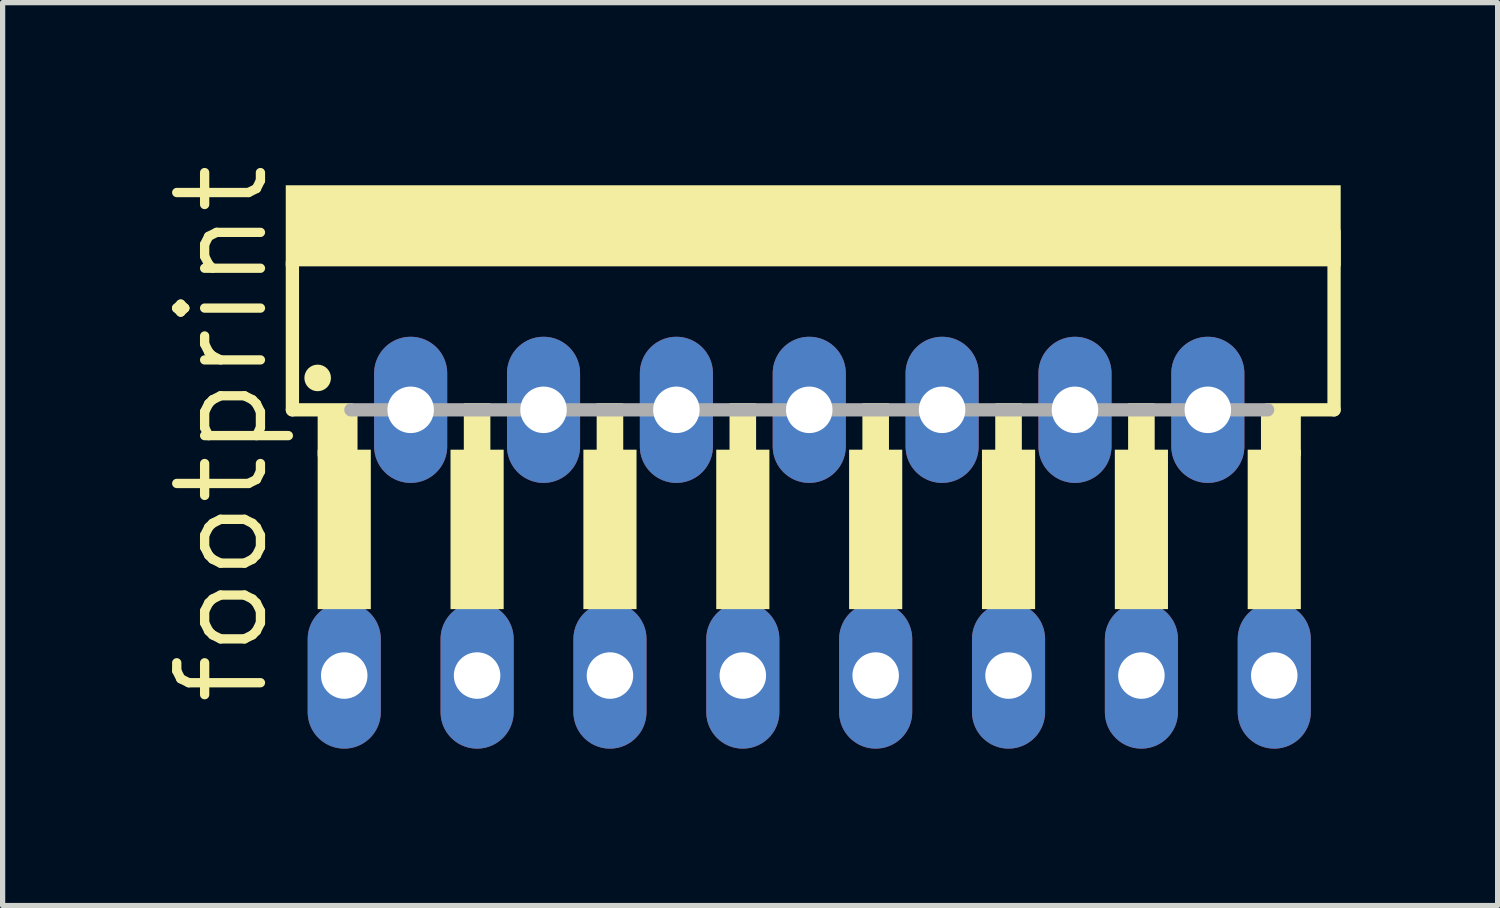
<source format=kicad_pcb>
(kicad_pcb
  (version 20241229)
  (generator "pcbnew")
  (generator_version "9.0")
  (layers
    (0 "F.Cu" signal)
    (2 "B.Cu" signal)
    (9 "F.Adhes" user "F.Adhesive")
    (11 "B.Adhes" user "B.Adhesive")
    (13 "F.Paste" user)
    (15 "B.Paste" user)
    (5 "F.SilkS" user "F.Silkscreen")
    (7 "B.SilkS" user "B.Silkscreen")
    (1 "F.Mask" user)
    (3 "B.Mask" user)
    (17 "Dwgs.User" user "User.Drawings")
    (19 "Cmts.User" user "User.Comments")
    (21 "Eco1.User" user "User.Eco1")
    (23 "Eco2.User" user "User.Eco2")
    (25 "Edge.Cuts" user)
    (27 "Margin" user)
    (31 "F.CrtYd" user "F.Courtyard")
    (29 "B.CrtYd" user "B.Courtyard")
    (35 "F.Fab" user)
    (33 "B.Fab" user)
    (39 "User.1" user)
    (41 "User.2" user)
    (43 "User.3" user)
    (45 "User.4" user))
  (footprint "footprint"
    (layer "F.Cu")
    (at 12.421 3.515)
    (property "Reference" "footprint" (at -10.287 6.985 90) (layer "F.SilkS") (effects (font (size 1.6 1.6) (thickness 0.178)) (justify left bottom)))
    (fp_line (start -9.881 -1.549) (end -9.881 1.27) (stroke (width 0.254) (type solid)) (layer "F.SilkS"))
    (fp_line (start -8.763 1.27) (end -9.881 1.27) (stroke (width 0.254) (type solid)) (layer "F.SilkS"))
    (fp_line (start 8.763 1.27) (end 10.033 1.27) (stroke (width 0.254) (type solid)) (layer "F.SilkS"))
    (fp_line (start 10.033 1.27) (end 10.033 -2.134) (stroke (width 0.254) (type solid)) (layer "F.SilkS"))
    (fp_circle (center -9.398 0.66) (end -9.271 0.66) (stroke (width 0.254) (type solid)) (fill yes) (layer "F.SilkS"))
    (fp_poly (pts (xy -10.008 -1.473) (xy 10.16 -1.473) (xy 10.16 -3.023) (xy -10.008 -3.023)) (stroke (width 0) (type solid)) (fill yes) (layer "F.SilkS"))
    (fp_poly (pts (xy -9.398 2.159) (xy -8.636 2.159) (xy -8.636 1.27) (xy -9.398 1.27)) (stroke (width 0) (type solid)) (fill yes) (layer "F.SilkS"))
    (fp_poly (pts (xy -9.398 5.08) (xy -8.382 5.08) (xy -8.382 2.032) (xy -9.398 2.032)) (stroke (width 0) (type solid)) (fill yes) (layer "F.SilkS"))
    (fp_poly (pts (xy -6.858 5.08) (xy -5.842 5.08) (xy -5.842 2.032) (xy -6.858 2.032)) (stroke (width 0) (type solid)) (fill yes) (layer "F.SilkS"))
    (fp_poly (pts (xy -6.604 2.286) (xy -6.096 2.286) (xy -6.096 1.143) (xy -6.604 1.143)) (stroke (width 0) (type solid)) (fill yes) (layer "F.SilkS"))
    (fp_poly (pts (xy -4.318 5.08) (xy -3.302 5.08) (xy -3.302 2.032) (xy -4.318 2.032)) (stroke (width 0) (type solid)) (fill yes) (layer "F.SilkS"))
    (fp_poly (pts (xy -4.064 2.286) (xy -3.556 2.286) (xy -3.556 1.143) (xy -4.064 1.143)) (stroke (width 0) (type solid)) (fill yes) (layer "F.SilkS"))
    (fp_poly (pts (xy -1.778 5.08) (xy -0.762 5.08) (xy -0.762 2.032) (xy -1.778 2.032)) (stroke (width 0) (type solid)) (fill yes) (layer "F.SilkS"))
    (fp_poly (pts (xy -1.524 2.286) (xy -1.016 2.286) (xy -1.016 1.143) (xy -1.524 1.143)) (stroke (width 0) (type solid)) (fill yes) (layer "F.SilkS"))
    (fp_poly (pts (xy 0.762 5.08) (xy 1.778 5.08) (xy 1.778 2.032) (xy 0.762 2.032)) (stroke (width 0) (type solid)) (fill yes) (layer "F.SilkS"))
    (fp_poly (pts (xy 1.016 2.286) (xy 1.524 2.286) (xy 1.524 1.143) (xy 1.016 1.143)) (stroke (width 0) (type solid)) (fill yes) (layer "F.SilkS"))
    (fp_poly (pts (xy 3.302 5.08) (xy 4.318 5.08) (xy 4.318 2.032) (xy 3.302 2.032)) (stroke (width 0) (type solid)) (fill yes) (layer "F.SilkS"))
    (fp_poly (pts (xy 3.556 2.286) (xy 4.064 2.286) (xy 4.064 1.143) (xy 3.556 1.143)) (stroke (width 0) (type solid)) (fill yes) (layer "F.SilkS"))
    (fp_poly (pts (xy 5.842 5.08) (xy 6.858 5.08) (xy 6.858 2.032) (xy 5.842 2.032)) (stroke (width 0) (type solid)) (fill yes) (layer "F.SilkS"))
    (fp_poly (pts (xy 6.096 2.286) (xy 6.604 2.286) (xy 6.604 1.143) (xy 6.096 1.143)) (stroke (width 0) (type solid)) (fill yes) (layer "F.SilkS"))
    (fp_poly (pts (xy 8.382 5.08) (xy 9.398 5.08) (xy 9.398 2.032) (xy 8.382 2.032)) (stroke (width 0) (type solid)) (fill yes) (layer "F.SilkS"))
    (fp_poly (pts (xy 8.636 2.159) (xy 9.398 2.159) (xy 9.398 1.27) (xy 8.636 1.27)) (stroke (width 0) (type solid)) (fill yes) (layer "F.SilkS"))
    (fp_line (start -8.763 1.27) (end 8.763 1.27) (stroke (width 0.254) (type solid)) (layer "F.Fab"))
    (pad "1" thru_hole oval (at -8.89 6.35 90) (size 2.794 1.397) (drill 0.889) (layers "*.Cu" "*.Mask"))
    (pad "2" thru_hole oval (at -7.62 1.27 90) (size 2.794 1.397) (drill 0.889) (layers "*.Cu" "*.Mask"))
    (pad "3" thru_hole oval (at -6.35 6.35 90) (size 2.794 1.397) (drill 0.889) (layers "*.Cu" "*.Mask"))
    (pad "4" thru_hole oval (at -5.08 1.27 90) (size 2.794 1.397) (drill 0.889) (layers "*.Cu" "*.Mask"))
    (pad "5" thru_hole oval (at -3.81 6.35 90) (size 2.794 1.397) (drill 0.889) (layers "*.Cu" "*.Mask"))
    (pad "6" thru_hole oval (at -2.54 1.27 90) (size 2.794 1.397) (drill 0.889) (layers "*.Cu" "*.Mask"))
    (pad "7" thru_hole oval (at -1.27 6.35 90) (size 2.794 1.397) (drill 0.889) (layers "*.Cu" "*.Mask"))
    (pad "8" thru_hole oval (at 0 1.27 90) (size 2.794 1.397) (drill 0.889) (layers "*.Cu" "*.Mask"))
    (pad "9" thru_hole oval (at 1.27 6.35 90) (size 2.794 1.397) (drill 0.889) (layers "*.Cu" "*.Mask"))
    (pad "10" thru_hole oval (at 2.54 1.27 90) (size 2.794 1.397) (drill 0.889) (layers "*.Cu" "*.Mask"))
    (pad "11" thru_hole oval (at 3.81 6.35 90) (size 2.794 1.397) (drill 0.889) (layers "*.Cu" "*.Mask"))
    (pad "12" thru_hole oval (at 5.08 1.27 90) (size 2.794 1.397) (drill 0.889) (layers "*.Cu" "*.Mask"))
    (pad "13" thru_hole oval (at 6.35 6.35 90) (size 2.794 1.397) (drill 0.889) (layers "*.Cu" "*.Mask"))
    (pad "14" thru_hole oval (at 7.62 1.27 90) (size 2.794 1.397) (drill 0.889) (layers "*.Cu" "*.Mask"))
    (pad "15" thru_hole oval (at 8.89 6.35 90) (size 2.794 1.397) (drill 0.889) (layers "*.Cu" "*.Mask")))
  (gr_rect
    (start -3 -3)
    (end 25.581 14.262)
    (stroke (width 0.1) (type default))
    (fill no)
    (layer "Edge.Cuts")))
</source>
